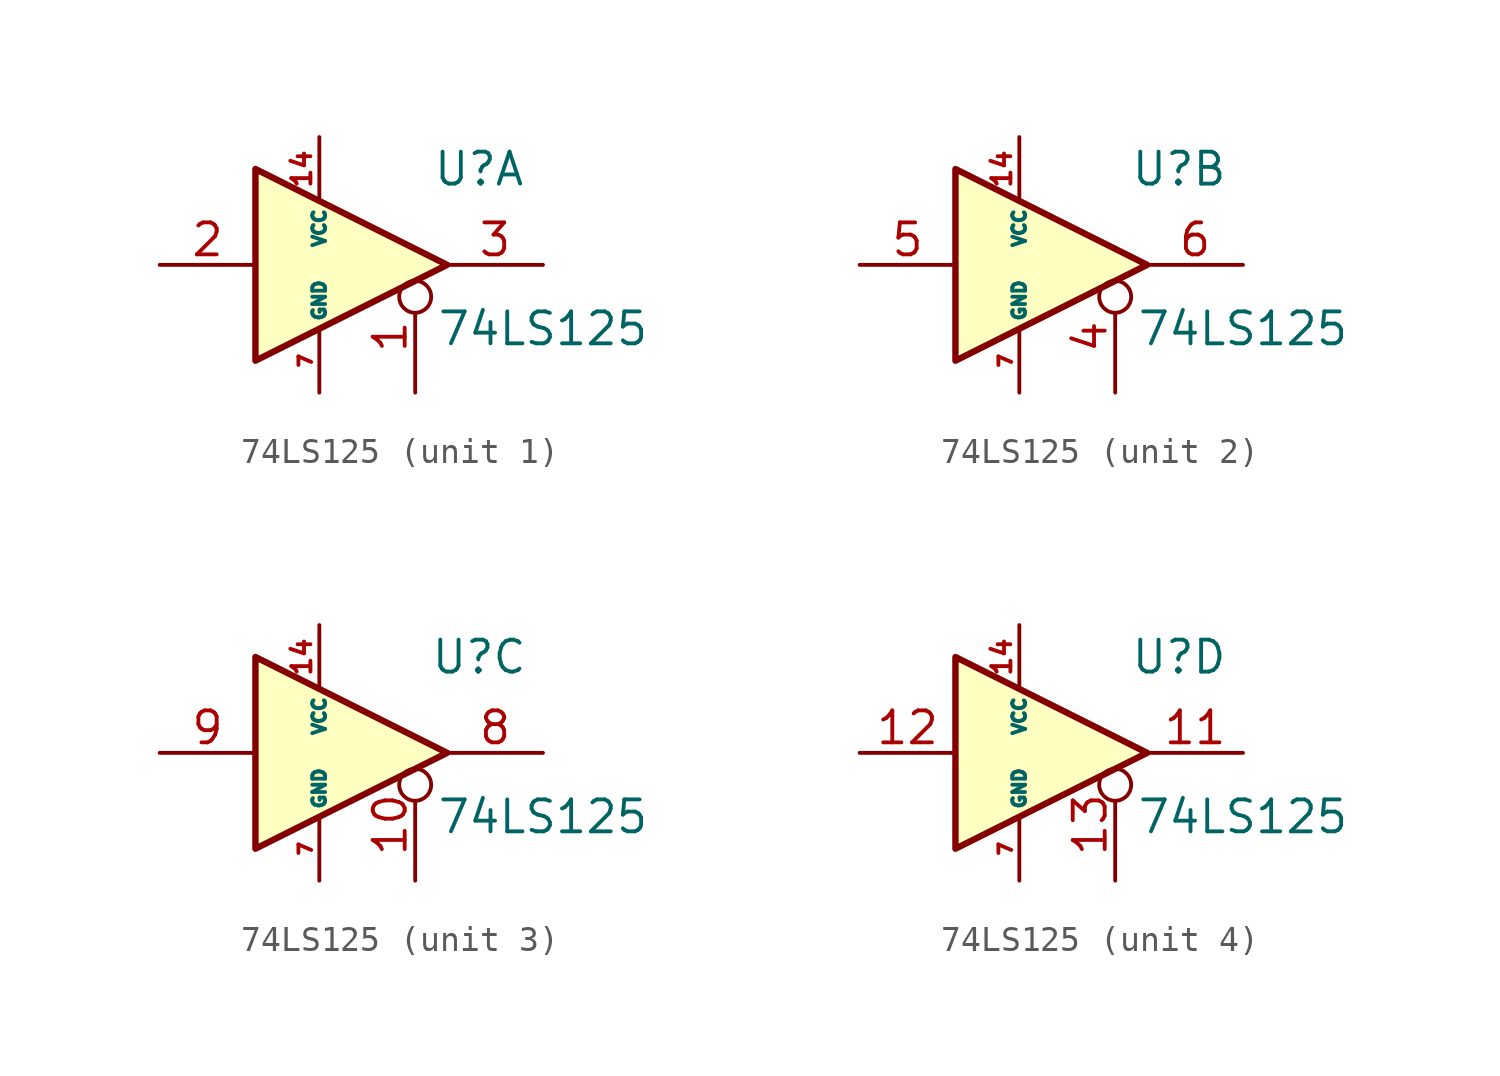
<source format=kicad_sym>
(kicad_symbol_lib
  (version 20241209)
  (generator "kicad_symbol_editor")
  (generator_version "9.0")
  (symbol "74LS125"
    (pin_names
      (offset 0.254))
    (property "Reference" "U"
      (at 5.08 3.81 0)
      (effects (font (size 1.27 1.27))))
    (property "Value" "74LS125"
      (at 7.62 -2.54 0)
      (effects (font (size 1.27 1.27))))
    (symbol "74LS125_0_0"
      (pin power_in line (at -1.27 5.08 270) (length 2.54) (name "VCC" (effects (font (size 0.508 0.508)))) (number "14" (effects (font (size 0.762 0.762)))))
      (pin power_in line (at -1.27 -5.08 90) (length 2.54) (name "GND" (effects (font (size 0.508 0.508)))) (number "7" (effects (font (size 0.508 0.508))))))
    (symbol "74LS125_1_0"
      (polyline (pts (xy -3.81 3.81) (xy -3.81 -3.81) (xy 3.81 0) (xy -3.81 3.81)) (stroke (width 0.254) (type default)) (fill (type background)))
      (pin input line (at -7.62 0 0) (length 3.81) (name "~" (effects (font (size 1.27 1.27)))) (number "2" (effects (font (size 1.27 1.27)))))
      (pin input inverted (at 2.54 -5.08 90) (length 4.445) (name "~" (effects (font (size 1.27 1.27)))) (number "1" (effects (font (size 1.27 1.27)))))
      (pin tri_state line (at 7.62 0 180) (length 3.81) (name "~" (effects (font (size 1.27 1.27)))) (number "3" (effects (font (size 1.27 1.27))))))
    (symbol "74LS125_2_0"
      (polyline (pts (xy -3.81 3.81) (xy -3.81 -3.81) (xy 3.81 0) (xy -3.81 3.81)) (stroke (width 0.254) (type default)) (fill (type background)))
      (pin input line (at -7.62 0 0) (length 3.81) (name "~" (effects (font (size 1.27 1.27)))) (number "5" (effects (font (size 1.27 1.27)))))
      (pin input inverted (at 2.54 -5.08 90) (length 4.445) (name "~" (effects (font (size 1.27 1.27)))) (number "4" (effects (font (size 1.27 1.27)))))
      (pin tri_state line (at 7.62 0 180) (length 3.81) (name "~" (effects (font (size 1.27 1.27)))) (number "6" (effects (font (size 1.27 1.27))))))
    (symbol "74LS125_3_0"
      (polyline (pts (xy -3.81 3.81) (xy -3.81 -3.81) (xy 3.81 0) (xy -3.81 3.81)) (stroke (width 0.254) (type default)) (fill (type background)))
      (pin input line (at -7.62 0 0) (length 3.81) (name "~" (effects (font (size 1.27 1.27)))) (number "9" (effects (font (size 1.27 1.27)))))
      (pin input inverted (at 2.54 -5.08 90) (length 4.445) (name "~" (effects (font (size 1.27 1.27)))) (number "10" (effects (font (size 1.27 1.27)))))
      (pin tri_state line (at 7.62 0 180) (length 3.81) (name "~" (effects (font (size 1.27 1.27)))) (number "8" (effects (font (size 1.27 1.27))))))
    (symbol "74LS125_4_0"
      (polyline (pts (xy -3.81 3.81) (xy -3.81 -3.81) (xy 3.81 0) (xy -3.81 3.81)) (stroke (width 0.254) (type default)) (fill (type background)))
      (pin input line (at -7.62 0 0) (length 3.81) (name "~" (effects (font (size 1.27 1.27)))) (number "12" (effects (font (size 1.27 1.27)))))
      (pin input inverted (at 2.54 -5.08 90) (length 4.445) (name "~" (effects (font (size 1.27 1.27)))) (number "13" (effects (font (size 1.27 1.27)))))
      (pin tri_state line (at 7.62 0 180) (length 3.81) (name "~" (effects (font (size 1.27 1.27)))) (number "11" (effects (font (size 1.27 1.27))))))))
</source>
